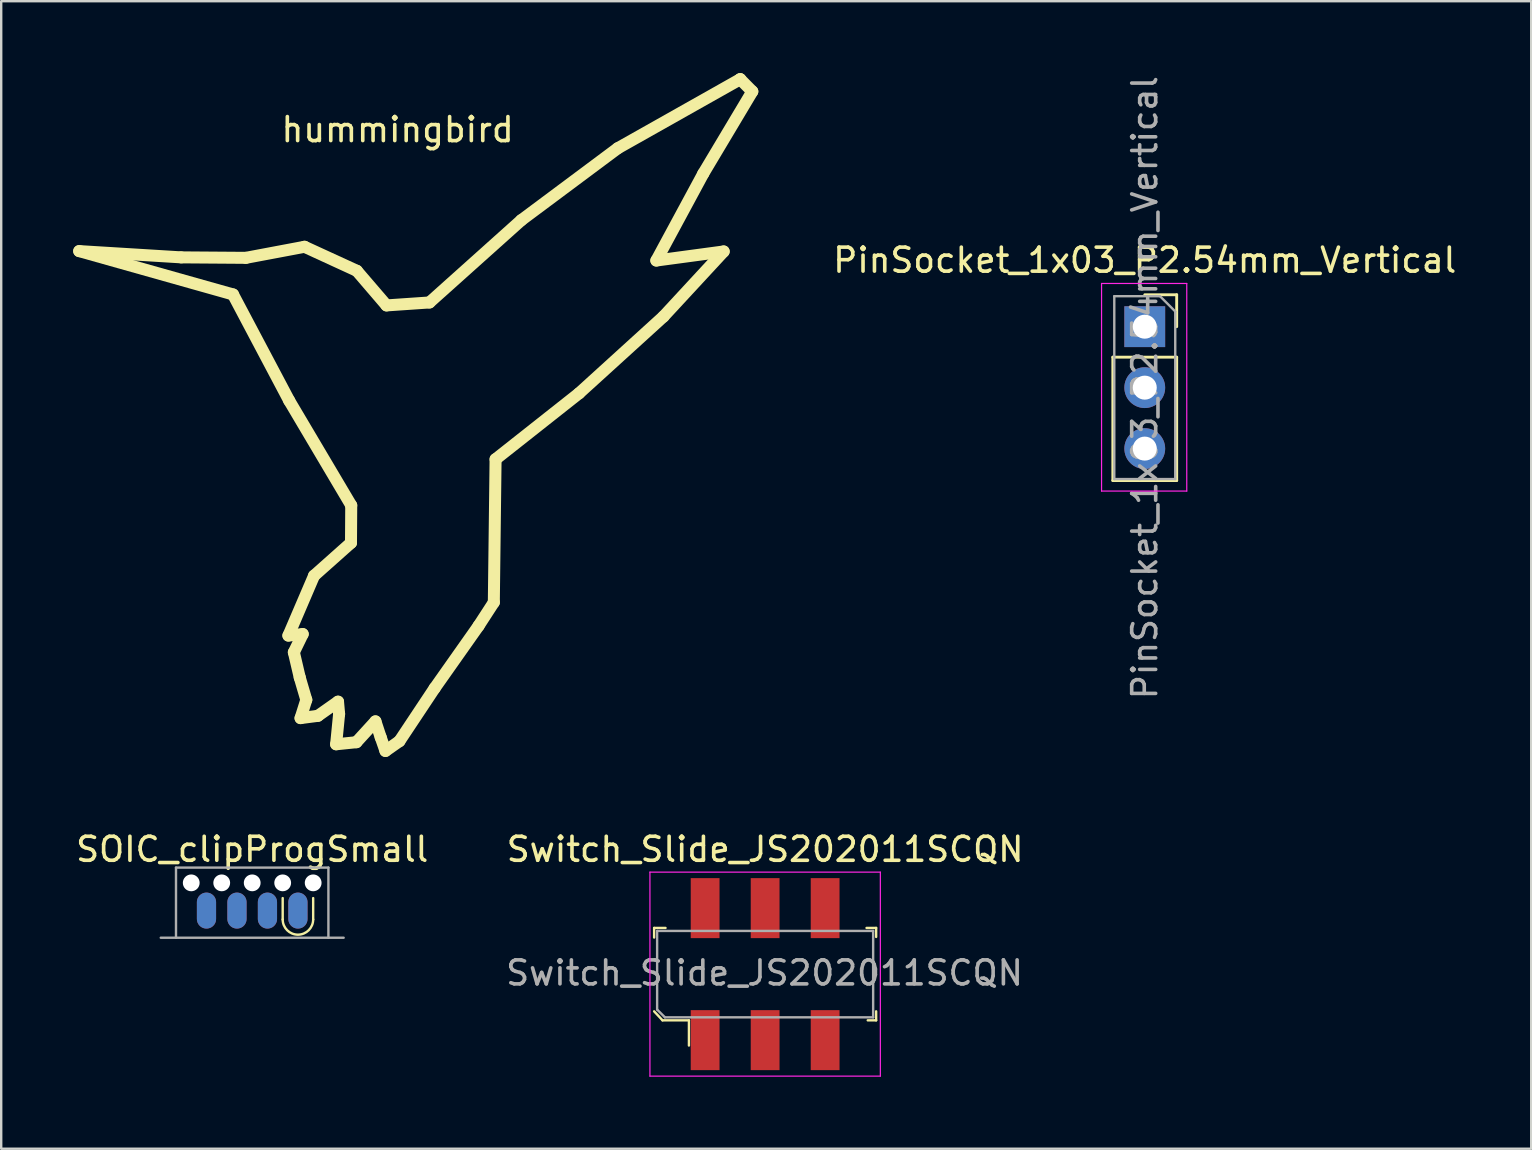
<source format=kicad_pcb>
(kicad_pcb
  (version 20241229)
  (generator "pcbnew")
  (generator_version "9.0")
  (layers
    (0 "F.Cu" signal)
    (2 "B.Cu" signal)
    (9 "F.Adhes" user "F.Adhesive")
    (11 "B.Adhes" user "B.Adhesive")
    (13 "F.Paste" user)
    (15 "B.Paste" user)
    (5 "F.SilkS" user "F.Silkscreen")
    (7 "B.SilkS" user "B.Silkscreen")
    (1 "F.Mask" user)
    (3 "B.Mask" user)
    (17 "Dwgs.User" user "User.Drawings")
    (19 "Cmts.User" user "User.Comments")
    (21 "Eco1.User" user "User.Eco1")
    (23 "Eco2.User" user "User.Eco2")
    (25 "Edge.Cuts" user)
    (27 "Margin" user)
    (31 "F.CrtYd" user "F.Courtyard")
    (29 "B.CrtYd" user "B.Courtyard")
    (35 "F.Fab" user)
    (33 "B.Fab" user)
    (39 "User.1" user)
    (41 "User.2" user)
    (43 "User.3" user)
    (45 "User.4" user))
  (footprint "Switch_Slide_JS202011SCQN"
    (layer "F.Cu")
    (at 28.829 37.537)
    (property "Reference" "Switch_Slide_JS202011SCQN" (at 0 -5.2 0) (layer "F.SilkS") (effects (font (size 1 1) (thickness 0.15))))
    (attr through_hole)
    (fp_line (start -4.625 -1.925) (end -4.625 -1.525) (stroke (width 0.1) (type solid)) (layer "F.SilkS"))
    (fp_line (start -4.625 1.55) (end -4.275 1.925) (stroke (width 0.1) (type solid)) (layer "F.SilkS"))
    (fp_line (start -4.275 1.925) (end -3.175 1.925) (stroke (width 0.1) (type solid)) (layer "F.SilkS"))
    (fp_line (start -4.15 -1.925) (end -4.625 -1.925) (stroke (width 0.1) (type solid)) (layer "F.SilkS"))
    (fp_line (start -3.175 1.925) (end -3.175 2.975) (stroke (width 0.1) (type solid)) (layer "F.SilkS"))
    (fp_line (start 4.225 -1.925) (end 4.625 -1.925) (stroke (width 0.1) (type solid)) (layer "F.SilkS"))
    (fp_line (start 4.625 -1.925) (end 4.625 -1.55) (stroke (width 0.1) (type solid)) (layer "F.SilkS"))
    (fp_line (start 4.625 1.55) (end 4.625 1.925) (stroke (width 0.1) (type solid)) (layer "F.SilkS"))
    (fp_line (start 4.625 1.925) (end 4.275 1.925) (stroke (width 0.1) (type solid)) (layer "F.SilkS"))
    (fp_line (start -4.8 -4.25) (end -4.8 4.25) (stroke (width 0.05) (type solid)) (layer "F.CrtYd"))
    (fp_line (start -4.8 4.25) (end 4.8 4.25) (stroke (width 0.05) (type solid)) (layer "F.CrtYd"))
    (fp_line (start 4.8 -4.25) (end -4.8 -4.25) (stroke (width 0.05) (type solid)) (layer "F.CrtYd"))
    (fp_line (start 4.8 -4.25) (end 4.8 4.25) (stroke (width 0.05) (type solid)) (layer "F.CrtYd"))
    (fp_line (start -4.5 1.475) (end -4.5 -1.8) (stroke (width 0.1) (type solid)) (layer "F.Fab"))
    (fp_line (start -4.5 1.475) (end -4.175 1.8) (stroke (width 0.1) (type solid)) (layer "F.Fab"))
    (fp_line (start -4.175 1.8) (end 4.5 1.8) (stroke (width 0.1) (type solid)) (layer "F.Fab"))
    (fp_line (start 4.5 -1.8) (end -4.5 -1.8) (stroke (width 0.1) (type solid)) (layer "F.Fab"))
    (fp_line (start 4.5 -1.8) (end 4.5 1.8) (stroke (width 0.1) (type solid)) (layer "F.Fab"))
    (fp_text user "${REFERENCE}" (at -0.025 -0.05 0) (layer "F.Fab") (effects (font (size 1 1) (thickness 0.15))))
    (pad "1" smd rect (at -2.5 2.75) (size 1.2 2.5) (layers "F.Cu" "F.Mask" "F.Paste"))
    (pad "2" smd rect (at 0 2.75) (size 1.2 2.5) (layers "F.Cu" "F.Mask" "F.Paste"))
    (pad "3" smd rect (at 2.5 2.75) (size 1.2 2.5) (layers "F.Cu" "F.Mask" "F.Paste"))
    (pad "4" smd rect (at -2.5 -2.75) (size 1.2 2.5) (layers "F.Cu" "F.Mask" "F.Paste"))
    (pad "5" smd rect (at 0 -2.75) (size 1.2 2.5) (layers "F.Cu" "F.Mask" "F.Paste"))
    (pad "6" smd rect (at 2.5 -2.75) (size 1.2 2.5) (layers "F.Cu" "F.Mask" "F.Paste")))
  (footprint "hummingbird"
    (layer "F.Cu")
    (at 13.517 1.852)
    (property "Reference" "hummingbird" (at 0 0.5 0) (layer "F.SilkS") (effects (font (size 1 1) (thickness 0.15))))
    (attr through_hole)
    (fp_line (start -13.267 5.56) (end -6.858 7.366) (stroke (width 0.5) (type solid)) (layer "F.SilkS"))
    (fp_line (start -9.018 5.821) (end -13.267 5.56) (stroke (width 0.5) (type solid)) (layer "F.SilkS"))
    (fp_line (start -6.858 7.366) (end -4.518 11.79) (stroke (width 0.5) (type solid)) (layer "F.SilkS"))
    (fp_line (start -6.325 5.841) (end -9.018 5.821) (stroke (width 0.5) (type solid)) (layer "F.SilkS"))
    (fp_line (start -4.551 21.579) (end -3.955 21.516) (stroke (width 0.5) (type solid)) (layer "F.SilkS"))
    (fp_line (start -4.518 11.79) (end -1.933 16.154) (stroke (width 0.5) (type solid)) (layer "F.SilkS"))
    (fp_line (start -4.324 22.276) (end -4.078 23.326) (stroke (width 0.5) (type solid)) (layer "F.SilkS"))
    (fp_line (start -4.078 23.326) (end -3.805 24.256) (stroke (width 0.5) (type solid)) (layer "F.SilkS"))
    (fp_line (start -4.045 25.018) (end -3.322 24.923) (stroke (width 0.5) (type solid)) (layer "F.SilkS"))
    (fp_line (start -3.955 21.516) (end -4.324 22.276) (stroke (width 0.5) (type solid)) (layer "F.SilkS"))
    (fp_line (start -3.879 5.38) (end -6.325 5.841) (stroke (width 0.5) (type solid)) (layer "F.SilkS"))
    (fp_line (start -3.805 24.256) (end -4.045 25.018) (stroke (width 0.5) (type solid)) (layer "F.SilkS"))
    (fp_line (start -3.482 19.085) (end -4.551 21.579) (stroke (width 0.5) (type solid)) (layer "F.SilkS"))
    (fp_line (start -3.322 24.923) (end -2.483 24.333) (stroke (width 0.5) (type solid)) (layer "F.SilkS"))
    (fp_line (start -2.562 26.108) (end -1.718 26.022) (stroke (width 0.5) (type solid)) (layer "F.SilkS"))
    (fp_line (start -2.483 24.333) (end -2.438 24.844) (stroke (width 0.5) (type solid)) (layer "F.SilkS"))
    (fp_line (start -2.438 24.844) (end -2.562 26.108) (stroke (width 0.5) (type solid)) (layer "F.SilkS"))
    (fp_line (start -1.943 17.715) (end -3.482 19.085) (stroke (width 0.5) (type solid)) (layer "F.SilkS"))
    (fp_line (start -1.933 16.154) (end -1.943 17.715) (stroke (width 0.5) (type solid)) (layer "F.SilkS"))
    (fp_line (start -1.718 26.022) (end -0.924 25.154) (stroke (width 0.5) (type solid)) (layer "F.SilkS"))
    (fp_line (start -1.7 6.381) (end -3.879 5.38) (stroke (width 0.5) (type solid)) (layer "F.SilkS"))
    (fp_line (start -0.924 25.154) (end -0.705 25.818) (stroke (width 0.5) (type solid)) (layer "F.SilkS"))
    (fp_line (start -0.705 25.818) (end -0.507 26.386) (stroke (width 0.5) (type solid)) (layer "F.SilkS"))
    (fp_line (start -0.507 26.386) (end 0.075 25.978) (stroke (width 0.5) (type solid)) (layer "F.SilkS"))
    (fp_line (start -0.463 7.823) (end -1.7 6.381) (stroke (width 0.5) (type solid)) (layer "F.SilkS"))
    (fp_line (start 0.075 25.978) (end 1.542 23.771) (stroke (width 0.5) (type solid)) (layer "F.SilkS"))
    (fp_line (start 1.327 7.7) (end -0.463 7.823) (stroke (width 0.5) (type solid)) (layer "F.SilkS"))
    (fp_line (start 1.542 23.771) (end 3.373 21.174) (stroke (width 0.5) (type solid)) (layer "F.SilkS"))
    (fp_line (start 3.373 21.174) (end 4.008 20.195) (stroke (width 0.5) (type solid)) (layer "F.SilkS"))
    (fp_line (start 4.008 20.195) (end 4.081 14.231) (stroke (width 0.5) (type solid)) (layer "F.SilkS"))
    (fp_line (start 4.081 14.231) (end 7.56 11.483) (stroke (width 0.5) (type solid)) (layer "F.SilkS"))
    (fp_line (start 5.155 4.27) (end 1.327 7.7) (stroke (width 0.5) (type solid)) (layer "F.SilkS"))
    (fp_line (start 7.56 11.483) (end 11.077 8.286) (stroke (width 0.5) (type solid)) (layer "F.SilkS"))
    (fp_line (start 9.173 1.274) (end 5.155 4.27) (stroke (width 0.5) (type solid)) (layer "F.SilkS"))
    (fp_line (start 10.78 5.953) (end 12.735 2.33) (stroke (width 0.5) (type solid)) (layer "F.SilkS"))
    (fp_line (start 11.077 8.286) (end 13.584 5.575) (stroke (width 0.5) (type solid)) (layer "F.SilkS"))
    (fp_line (start 12.735 2.33) (end 14.778 -1.091) (stroke (width 0.5) (type solid)) (layer "F.SilkS"))
    (fp_line (start 13.584 5.575) (end 10.78 5.953) (stroke (width 0.5) (type solid)) (layer "F.SilkS"))
    (fp_line (start 14.274 -1.602) (end 9.173 1.274) (stroke (width 0.5) (type solid)) (layer "F.SilkS"))
    (fp_line (start 14.274 -1.602) (end 14.274 -1.602) (stroke (width 0.5) (type solid)) (layer "F.SilkS"))
    (fp_line (start 14.778 -1.091) (end 14.274 -1.602) (stroke (width 0.5) (type solid)) (layer "F.SilkS")))
  (footprint "PinSocket_1x03_P2.54mm_Vertical"
    (layer "F.Cu")
    (at 44.646 10.561)
    (property "Reference" "PinSocket_1x03_P2.54mm_Vertical" (at 0 -2.77 0) (layer "F.SilkS") (effects (font (size 1 1) (thickness 0.15))))
    (attr through_hole)
    (fp_line (start -1.33 1.27) (end -1.33 6.41) (stroke (width 0.12) (type solid)) (layer "F.SilkS"))
    (fp_line (start -1.33 1.27) (end 1.33 1.27) (stroke (width 0.12) (type solid)) (layer "F.SilkS"))
    (fp_line (start -1.33 6.41) (end 1.33 6.41) (stroke (width 0.12) (type solid)) (layer "F.SilkS"))
    (fp_line (start 0 -1.33) (end 1.33 -1.33) (stroke (width 0.12) (type solid)) (layer "F.SilkS"))
    (fp_line (start 1.33 -1.33) (end 1.33 0) (stroke (width 0.12) (type solid)) (layer "F.SilkS"))
    (fp_line (start 1.33 1.27) (end 1.33 6.41) (stroke (width 0.12) (type solid)) (layer "F.SilkS"))
    (fp_line (start -1.8 -1.8) (end 1.75 -1.8) (stroke (width 0.05) (type solid)) (layer "F.CrtYd"))
    (fp_line (start -1.8 6.85) (end -1.8 -1.8) (stroke (width 0.05) (type solid)) (layer "F.CrtYd"))
    (fp_line (start 1.75 -1.8) (end 1.75 6.85) (stroke (width 0.05) (type solid)) (layer "F.CrtYd"))
    (fp_line (start 1.75 6.85) (end -1.8 6.85) (stroke (width 0.05) (type solid)) (layer "F.CrtYd"))
    (fp_line (start -1.27 -1.27) (end 0.635 -1.27) (stroke (width 0.1) (type solid)) (layer "F.Fab"))
    (fp_line (start -1.27 6.35) (end -1.27 -1.27) (stroke (width 0.1) (type solid)) (layer "F.Fab"))
    (fp_line (start 0.635 -1.27) (end 1.27 -0.635) (stroke (width 0.1) (type solid)) (layer "F.Fab"))
    (fp_line (start 1.27 -0.635) (end 1.27 6.35) (stroke (width 0.1) (type solid)) (layer "F.Fab"))
    (fp_line (start 1.27 6.35) (end -1.27 6.35) (stroke (width 0.1) (type solid)) (layer "F.Fab"))
    (fp_text user "${REFERENCE}" (at 0 2.54 90) (layer "F.Fab") (effects (font (size 1 1) (thickness 0.15))))
    (pad "1" thru_hole rect (at 0 0) (size 1.7 1.7) (drill 1) (layers "*.Cu" "*.Mask"))
    (pad "2" thru_hole oval (at 0 2.54) (size 1.7 1.7) (drill 1) (layers "*.Cu" "*.Mask"))
    (pad "3" thru_hole oval (at 0 5.08) (size 1.7 1.7) (drill 1) (layers "*.Cu" "*.Mask")))
  (footprint "SOIC_clipProgSmall"
    (layer "F.Cu")
    (at 7.458 35.639)
    (property "Reference" "SOIC_clipProgSmall" (at 0 -3.302 0) (layer "F.SilkS") (effects (font (size 1 1) (thickness 0.15))))
    (attr through_hole)
    (fp_line (start 1.27 -0.381) (end 1.27 -1.27) (stroke (width 0.1) (type solid)) (layer "F.SilkS"))
    (fp_line (start 2.54 -0.381) (end 2.54 -1.27) (stroke (width 0.1) (type solid)) (layer "F.SilkS"))
    (fp_arc (start 2.54 -0.381) (mid 1.905 0.254) (end 1.27 -0.381) (stroke (width 0.1) (type solid)) (layer "F.SilkS"))
    (fp_line (start -3.81 0.381) (end 3.81 0.381) (stroke (width 0.1) (type solid)) (layer "F.Fab"))
    (fp_line (start -3.175 -2.54) (end -3.175 0.381) (stroke (width 0.1) (type solid)) (layer "F.Fab"))
    (fp_line (start 3.175 -2.54) (end -3.175 -2.54) (stroke (width 0.1) (type solid)) (layer "F.Fab"))
    (fp_line (start 3.175 0.381) (end 3.175 -2.54) (stroke (width 0.1) (type solid)) (layer "F.Fab"))
    (pad "" np_thru_hole circle (at -2.54 -1.905) (size 0.7 0.7) (drill 0.7) (layers "*.Cu" "*.Mask"))
    (pad "" np_thru_hole circle (at -1.27 -1.905) (size 0.7 0.7) (drill 0.7) (layers "*.Cu" "*.Mask"))
    (pad "" np_thru_hole circle (at 0 -1.905) (size 0.7 0.7) (drill 0.7) (layers "*.Cu" "*.Mask"))
    (pad "" np_thru_hole circle (at 1.27 -1.905) (size 0.7 0.7) (drill 0.7) (layers "*.Cu" "*.Mask"))
    (pad "" np_thru_hole circle (at 2.54 -1.905) (size 0.7 0.7) (drill 0.7) (layers "*.Cu" "*.Mask"))
    (pad "1" smd oval (at 1.905 -0.75) (size 0.8 1.5) (layers "F.Cu" "F.Mask"))
    (pad "2" smd oval (at 0.635 -0.75) (size 0.8 1.5) (layers "F.Cu" "F.Mask"))
    (pad "3" smd oval (at -0.635 -0.75) (size 0.8 1.5) (layers "F.Cu" "F.Mask"))
    (pad "4" smd oval (at -1.905 -0.75) (size 0.8 1.5) (layers "F.Cu" "F.Mask"))
    (pad "5" smd oval (at -1.905 -0.75) (size 0.8 1.5) (layers "B.Cu" "B.Mask"))
    (pad "6" smd oval (at -0.635 -0.75) (size 0.8 1.5) (layers "B.Cu" "B.Mask"))
    (pad "7" smd oval (at 0.635 -0.75) (size 0.8 1.5) (layers "B.Cu" "B.Mask"))
    (pad "8" smd oval (at 1.905 -0.75) (size 0.8 1.5) (layers "B.Cu" "B.Mask")))
  (gr_rect
    (start -3 -3)
    (end 60.747 44.812)
    (stroke (width 0.1) (type default))
    (fill no)
    (layer "Edge.Cuts")))
</source>
